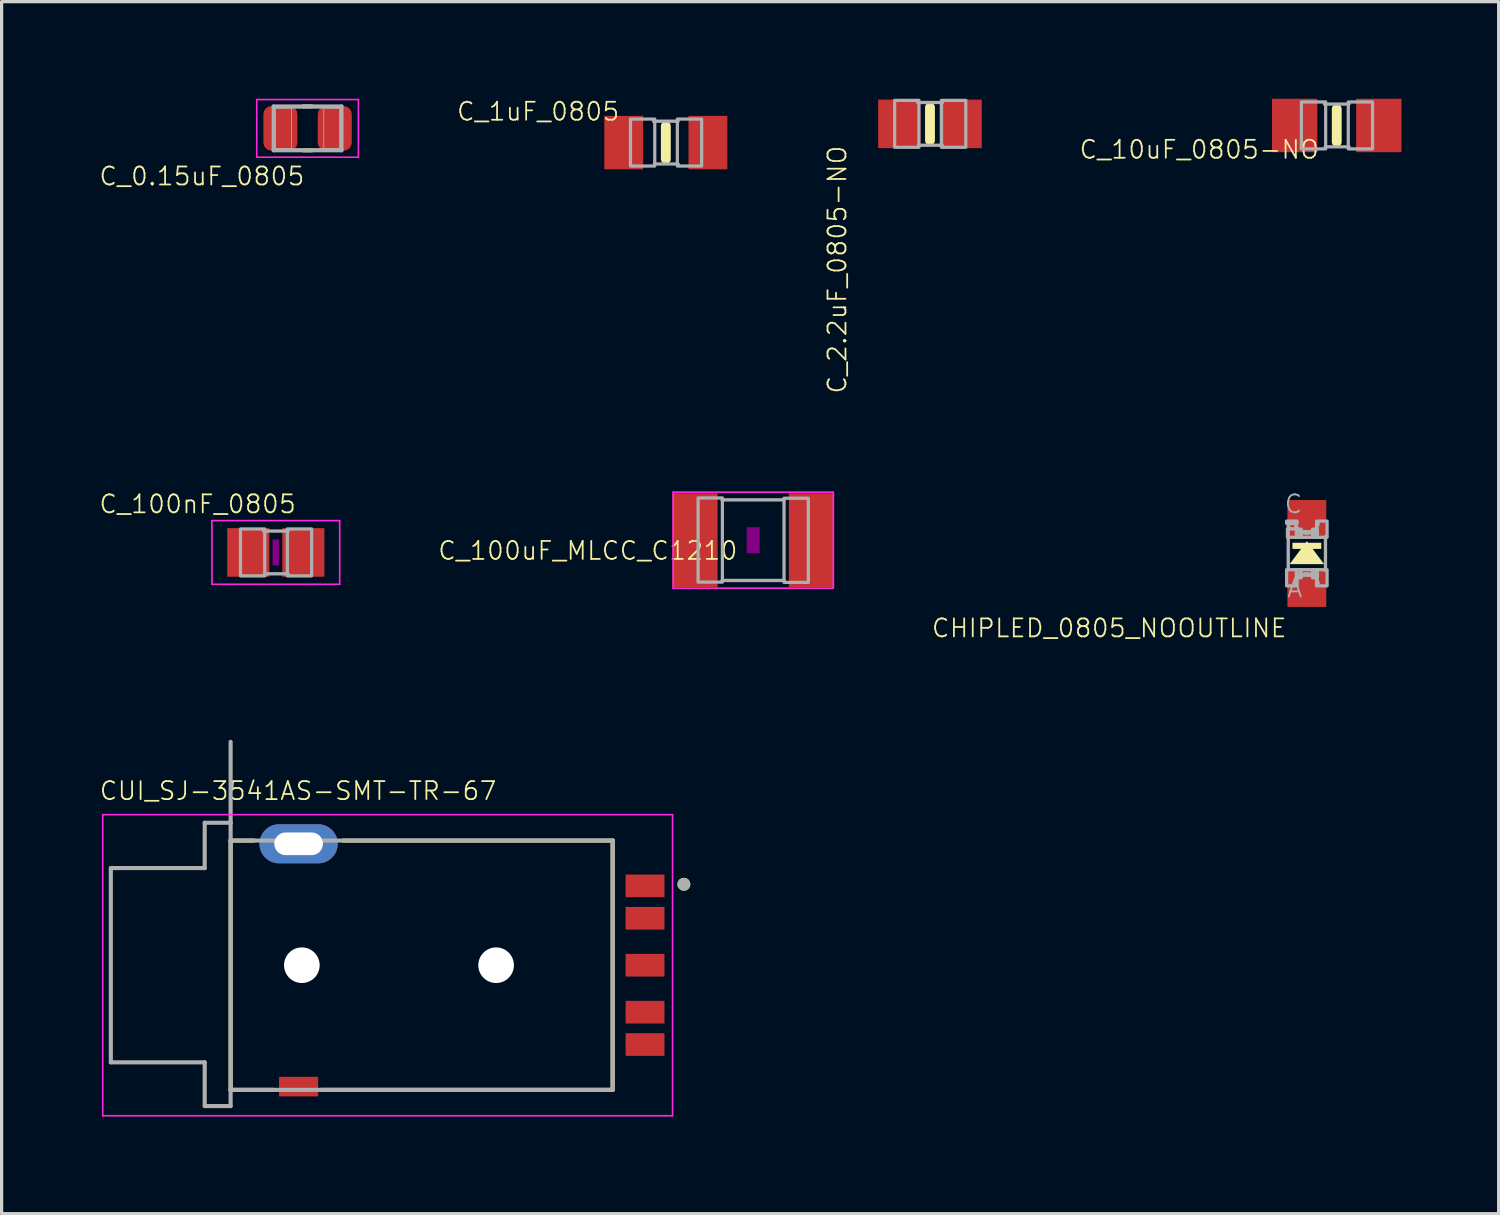
<source format=kicad_pcb>
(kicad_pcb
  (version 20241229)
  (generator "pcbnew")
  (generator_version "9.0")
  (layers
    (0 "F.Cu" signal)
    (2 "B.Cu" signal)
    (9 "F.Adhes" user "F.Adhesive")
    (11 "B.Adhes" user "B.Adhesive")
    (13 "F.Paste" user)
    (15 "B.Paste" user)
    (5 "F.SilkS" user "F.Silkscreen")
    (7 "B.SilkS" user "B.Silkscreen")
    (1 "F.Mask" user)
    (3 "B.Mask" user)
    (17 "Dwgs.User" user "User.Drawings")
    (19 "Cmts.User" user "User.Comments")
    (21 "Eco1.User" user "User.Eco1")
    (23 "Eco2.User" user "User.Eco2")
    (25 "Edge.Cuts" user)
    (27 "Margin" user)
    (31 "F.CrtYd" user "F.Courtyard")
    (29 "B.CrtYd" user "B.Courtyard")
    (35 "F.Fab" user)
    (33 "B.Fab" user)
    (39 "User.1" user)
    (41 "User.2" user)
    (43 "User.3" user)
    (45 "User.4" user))
  (footprint "C_1uF_0805"
    (layer "F.Cu")
    (at 17.515 1.354)
    (property "Reference" "C_1uF_0805" (at -1.397 -0.635 0) (layer "F.SilkS") (effects (font (size 0.555 0.555) (thickness 0.055)) (justify right bottom)))
    (fp_line (start 0 -0.508) (end 0 0.508) (stroke (width 0.305) (type solid)) (layer "F.SilkS"))
    (fp_line (start -0.381 -0.66) (end 0.381 -0.66) (stroke (width 0.102) (type solid)) (layer "F.Fab"))
    (fp_line (start -0.356 0.66) (end 0.381 0.66) (stroke (width 0.102) (type solid)) (layer "F.Fab"))
    (fp_poly (pts (xy -1.092 0.724) (xy -0.342 0.724) (xy -0.342 -0.726) (xy -1.092 -0.726)) (stroke (width 0.1) (type default)) (fill no) (layer "F.Fab"))
    (fp_poly (pts (xy 0.356 0.724) (xy 1.106 0.724) (xy 1.106 -0.726) (xy 0.356 -0.726)) (stroke (width 0.1) (type default)) (fill no) (layer "F.Fab"))
    (pad "1" smd rect (at -1.3 0 180) (size 1.2 1.65) (layers "F.Cu" "F.Mask" "F.Paste"))
    (pad "2" smd rect (at 1.3 0 180) (size 1.2 1.65) (layers "F.Cu" "F.Mask" "F.Paste")))
  (footprint "C_2.2uF_0805-NO"
    (layer "F.Cu")
    (at 25.674 0.776)
    (property "Reference" "C_2.2uF_0805-NO" (at -2.54 0.635 90) (layer "F.SilkS") (effects (font (size 0.555 0.555) (thickness 0.055)) (justify right bottom)))
    (fp_line (start 0 -0.508) (end 0 0.508) (stroke (width 0.305) (type solid)) (layer "F.SilkS"))
    (fp_line (start -0.381 -0.66) (end 0.381 -0.66) (stroke (width 0.102) (type solid)) (layer "F.Fab"))
    (fp_line (start -0.356 0.66) (end 0.381 0.66) (stroke (width 0.102) (type solid)) (layer "F.Fab"))
    (fp_poly (pts (xy -1.092 0.724) (xy -0.342 0.724) (xy -0.342 -0.726) (xy -1.092 -0.726)) (stroke (width 0.1) (type default)) (fill no) (layer "F.Fab"))
    (fp_poly (pts (xy 0.356 0.724) (xy 1.106 0.724) (xy 1.106 -0.726) (xy 0.356 -0.726)) (stroke (width 0.1) (type default)) (fill no) (layer "F.Fab"))
    (pad "1" smd rect (at -0.95 0 180) (size 1.3 1.5) (layers "F.Cu" "F.Mask" "F.Paste"))
    (pad "2" smd rect (at 0.95 0 180) (size 1.3 1.5) (layers "F.Cu" "F.Mask" "F.Paste")))
  (footprint "C_10uF_0805-NO"
    (layer "F.Cu")
    (at 38.237 0.825)
    (property "Reference" "C_10uF_0805-NO" (at -0.513 1.069 0) (layer "F.SilkS") (effects (font (size 0.555 0.555) (thickness 0.055)) (justify right bottom)))
    (fp_line (start 0 -0.508) (end 0 0.508) (stroke (width 0.305) (type solid)) (layer "F.SilkS"))
    (fp_line (start -0.381 -0.66) (end 0.381 -0.66) (stroke (width 0.102) (type solid)) (layer "F.Fab"))
    (fp_line (start -0.356 0.66) (end 0.381 0.66) (stroke (width 0.102) (type solid)) (layer "F.Fab"))
    (fp_poly (pts (xy -1.092 0.724) (xy -0.342 0.724) (xy -0.342 -0.726) (xy -1.092 -0.726)) (stroke (width 0.1) (type default)) (fill no) (layer "F.Fab"))
    (fp_poly (pts (xy 0.356 0.724) (xy 1.106 0.724) (xy 1.106 -0.726) (xy 0.356 -0.726)) (stroke (width 0.1) (type default)) (fill no) (layer "F.Fab"))
    (pad "1" smd rect (at -1.3 0 180) (size 1.4 1.65) (layers "F.Cu" "F.Mask" "F.Paste"))
    (pad "2" smd rect (at 1.3 0 180) (size 1.4 1.65) (layers "F.Cu" "F.Mask" "F.Paste")))
  (footprint "CUI_SJ-3541AS-SMT-TR-67"
    (layer "F.Cu")
    (at 4.073 26.762)
    (property "Reference" "CUI_SJ-3541AS-SMT-TR-67" (at 2.083 -5.385 0) (layer "F.SilkS") (effects (font (size 0.555 0.555) (thickness 0.055))))
    (attr smd)
    (fp_line (start 0 -3.85) (end 0 3.85) (stroke (width 0.127) (type solid)) (layer "F.SilkS"))
    (fp_line (start 0 -3.85) (end 0.72 -3.85) (stroke (width 0.127) (type solid)) (layer "F.SilkS"))
    (fp_line (start 0 3.85) (end 1.32 3.85) (stroke (width 0.127) (type solid)) (layer "F.SilkS"))
    (fp_line (start 3.48 -3.85) (end 11.8 -3.85) (stroke (width 0.127) (type solid)) (layer "F.SilkS"))
    (fp_line (start 11.8 -3.85) (end 11.8 3.85) (stroke (width 0.127) (type solid)) (layer "F.SilkS"))
    (fp_line (start 11.8 3.85) (end 2.8 3.85) (stroke (width 0.127) (type solid)) (layer "F.SilkS"))
    (fp_circle (center 14 -2.5) (end 14.1 -2.5) (stroke (width 0.2) (type solid)) (fill no) (layer "F.SilkS"))
    (fp_line (start -3.95 -4.65) (end 13.65 -4.65) (stroke (width 0.05) (type solid)) (layer "F.CrtYd"))
    (fp_line (start -3.95 4.65) (end -3.95 -4.65) (stroke (width 0.05) (type solid)) (layer "F.CrtYd"))
    (fp_line (start 13.65 -4.65) (end 13.65 4.65) (stroke (width 0.05) (type solid)) (layer "F.CrtYd"))
    (fp_line (start 13.65 4.65) (end -3.95 4.65) (stroke (width 0.05) (type solid)) (layer "F.CrtYd"))
    (fp_line (start -3.7 -3) (end -0.8 -3) (stroke (width 0.127) (type solid)) (layer "F.Fab"))
    (fp_line (start -3.7 3) (end -3.7 -3) (stroke (width 0.127) (type solid)) (layer "F.Fab"))
    (fp_line (start -0.8 -4.4) (end 0 -4.4) (stroke (width 0.127) (type solid)) (layer "F.Fab"))
    (fp_line (start -0.8 -3) (end -0.8 -4.4) (stroke (width 0.127) (type solid)) (layer "F.Fab"))
    (fp_line (start -0.8 3) (end -3.7 3) (stroke (width 0.127) (type solid)) (layer "F.Fab"))
    (fp_line (start -0.8 4.35) (end -0.8 3) (stroke (width 0.127) (type solid)) (layer "F.Fab"))
    (fp_line (start 0 -4.4) (end 0 -6.9) (stroke (width 0.127) (type solid)) (layer "F.Fab"))
    (fp_line (start 0 -4.4) (end 0 -3.85) (stroke (width 0.127) (type solid)) (layer "F.Fab"))
    (fp_line (start 0 -3.85) (end 11.8 -3.85) (stroke (width 0.127) (type solid)) (layer "F.Fab"))
    (fp_line (start 0 3.85) (end 0 -3.85) (stroke (width 0.127) (type solid)) (layer "F.Fab"))
    (fp_line (start 0 4.35) (end -0.8 4.35) (stroke (width 0.127) (type solid)) (layer "F.Fab"))
    (fp_line (start 0 4.35) (end 0 3.85) (stroke (width 0.127) (type solid)) (layer "F.Fab"))
    (fp_line (start 11.8 -3.85) (end 11.8 3.85) (stroke (width 0.127) (type solid)) (layer "F.Fab"))
    (fp_line (start 11.8 3.85) (end 0 3.85) (stroke (width 0.127) (type solid)) (layer "F.Fab"))
    (fp_circle (center 14 -2.5) (end 14.1 -2.5) (stroke (width 0.2) (type solid)) (fill no) (layer "F.Fab"))
    (pad "" np_thru_hole circle (at 2.2 0 180) (size 1.1 1.1) (drill 1.1) (layers "*.Cu" "*.Mask"))
    (pad "" np_thru_hole circle (at 8.2 0 180) (size 1.1 1.1) (drill 1.1) (layers "*.Cu" "*.Mask"))
    (pad "1" smd rect (at 12.8 -2.45 180) (size 1.2 0.7) (layers "F.Cu" "F.Mask" "F.Paste"))
    (pad "2" smd rect (at 12.8 1.45 180) (size 1.2 0.7) (layers "F.Cu" "F.Mask" "F.Paste"))
    (pad "3" smd rect (at 12.8 0 180) (size 1.2 0.7) (layers "F.Cu" "F.Mask" "F.Paste"))
    (pad "4" smd rect (at 12.8 2.45 180) (size 1.2 0.7) (layers "F.Cu" "F.Mask" "F.Paste"))
    (pad "5" smd rect (at 12.8 -1.45 180) (size 1.2 0.7) (layers "F.Cu" "F.Mask" "F.Paste"))
    (pad "S1" thru_hole oval (at 2.1 -3.75 180) (size 2.416 1.208) (drill oval 1.5 0.7) (layers "*.Cu" "*.Mask"))
    (pad "S2" smd rect (at 2.1 3.75 180) (size 1.208 0.604) (layers "F.Cu" "F.Mask" "F.Paste")))
  (footprint "CHIPLED_0805_NOOUTLINE"
    (layer "F.Cu")
    (at 37.314 14.045)
    (property "Reference" "CHIPLED_0805_NOOUTLINE" (at -0.584 2.631 0) (layer "F.SilkS") (effects (font (size 0.555 0.555) (thickness 0.055)) (justify right bottom)))
    (fp_poly (pts (xy 0.533 0.33) (xy -0.533 0.33) (xy 0 -0.381)) (stroke (width 0) (type default)) (fill yes) (layer "F.SilkS"))
    (fp_poly (pts (xy -0.445 -0.141) (xy 0.445 -0.141) (xy 0.445 -0.331) (xy -0.445 -0.331)) (stroke (width 0) (type default)) (fill yes) (layer "F.SilkS"))
    (fp_line (start -0.575 0.5) (end -0.575 -0.925) (stroke (width 0.102) (type solid)) (layer "F.Fab"))
    (fp_line (start 0.575 -0.525) (end 0.575 0.525) (stroke (width 0.102) (type solid)) (layer "F.Fab"))
    (fp_arc (start -0.35 0.925) (mid -0.000001 0.625027) (end 0.35 0.924998) (stroke (width 0.1016) (type solid)) (layer "F.Fab"))
    (fp_arc (start 0.35 -0.924998) (mid -0.000001 -0.625027) (end -0.35 -0.925) (stroke (width 0.1016) (type solid)) (layer "F.Fab"))
    (fp_circle (center -0.45 -0.85) (end -0.347 -0.85) (stroke (width 0.076) (type solid)) (fill no) (layer "F.Fab"))
    (fp_poly (pts (xy -0.625 -0.925) (xy -0.3 -0.925) (xy -0.3 -1) (xy -0.625 -1)) (stroke (width 0.1) (type default)) (fill no) (layer "F.Fab"))
    (fp_poly (pts (xy -0.625 1) (xy -0.3 1) (xy -0.3 0.5) (xy -0.625 0.5)) (stroke (width 0.1) (type default)) (fill no) (layer "F.Fab"))
    (fp_poly (pts (xy -0.6 -0.5) (xy -0.3 -0.5) (xy -0.3 -0.762) (xy -0.6 -0.762)) (stroke (width 0.1) (type default)) (fill no) (layer "F.Fab"))
    (fp_poly (pts (xy -0.325 -0.5) (xy -0.175 -0.5) (xy -0.175 -0.75) (xy -0.325 -0.75)) (stroke (width 0.1) (type default)) (fill no) (layer "F.Fab"))
    (fp_poly (pts (xy -0.325 0.75) (xy -0.175 0.75) (xy -0.175 0.5) (xy -0.325 0.5)) (stroke (width 0.1) (type default)) (fill no) (layer "F.Fab"))
    (fp_poly (pts (xy -0.2 -0.5) (xy 0.2 -0.5) (xy 0.2 -0.675) (xy -0.2 -0.675)) (stroke (width 0.1) (type default)) (fill no) (layer "F.Fab"))
    (fp_poly (pts (xy -0.2 0.675) (xy 0.2 0.675) (xy 0.2 0.5) (xy -0.2 0.5)) (stroke (width 0.1) (type default)) (fill no) (layer "F.Fab"))
    (fp_poly (pts (xy 0.175 -0.5) (xy 0.325 -0.5) (xy 0.325 -0.75) (xy 0.175 -0.75)) (stroke (width 0.1) (type default)) (fill no) (layer "F.Fab"))
    (fp_poly (pts (xy 0.175 0.75) (xy 0.325 0.75) (xy 0.325 0.5) (xy 0.175 0.5)) (stroke (width 0.1) (type default)) (fill no) (layer "F.Fab"))
    (fp_poly (pts (xy 0.3 -0.5) (xy 0.625 -0.5) (xy 0.625 -1) (xy 0.3 -1)) (stroke (width 0.1) (type default)) (fill no) (layer "F.Fab"))
    (fp_poly (pts (xy 0.3 1) (xy 0.625 1) (xy 0.625 0.5) (xy 0.3 0.5)) (stroke (width 0.1) (type default)) (fill no) (layer "F.Fab"))
    (fp_text user "A" (at -0.1 1.4 0) (layer "F.Fab") (effects (font (size 0.555 0.555) (thickness 0.055)) (justify right bottom)))
    (fp_text user "C" (at -0.1 -1.2 0) (layer "F.Fab") (effects (font (size 0.555 0.555) (thickness 0.055)) (justify right bottom)))
    (pad "A" smd rect (at 0 1.05 180) (size 1.2 1.2) (layers "F.Cu" "F.Mask" "F.Paste"))
    (pad "C" smd rect (at 0 -1.05 180) (size 1.2 1.2) (layers "F.Cu" "F.Mask" "F.Paste")))
  (footprint "C_100uF_MLCC_C1210"
    (layer "F.Cu")
    (at 20.214 13.634)
    (property "Reference" "C_100uF_MLCC_C1210" (at -0.447 0 0) (layer "F.SilkS") (effects (font (size 0.555 0.555) (thickness 0.055)) (justify right top)))
    (fp_poly (pts (xy -0.2 0.4) (xy 0.2 0.4) (xy 0.2 -0.4) (xy -0.2 -0.4)) (stroke (width 0) (type default)) (fill yes) (layer "F.Adhes"))
    (fp_line (start -2.473 -1.483) (end 2.473 -1.483) (stroke (width 0.051) (type solid)) (layer "F.CrtYd"))
    (fp_line (start -2.473 1.483) (end -2.473 -1.483) (stroke (width 0.051) (type solid)) (layer "F.CrtYd"))
    (fp_line (start 2.473 -1.483) (end 2.473 1.483) (stroke (width 0.051) (type solid)) (layer "F.CrtYd"))
    (fp_line (start 2.473 1.483) (end -2.473 1.483) (stroke (width 0.051) (type solid)) (layer "F.CrtYd"))
    (fp_line (start -0.965 -1.245) (end 0.965 -1.245) (stroke (width 0.102) (type solid)) (layer "F.Fab"))
    (fp_line (start -0.965 1.245) (end 0.965 1.245) (stroke (width 0.102) (type solid)) (layer "F.Fab"))
    (fp_poly (pts (xy -1.702 1.295) (xy -0.952 1.295) (xy -0.952 -1.304) (xy -1.702 -1.304)) (stroke (width 0.1) (type default)) (fill no) (layer "F.Fab"))
    (fp_poly (pts (xy 0.952 1.304) (xy 1.702 1.304) (xy 1.702 -1.295) (xy 0.952 -1.295)) (stroke (width 0.1) (type default)) (fill no) (layer "F.Fab"))
    (pad "1" smd rect (at -1.8 0 180) (size 1.4 2.9) (layers "F.Cu" "F.Mask" "F.Paste"))
    (pad "2" smd rect (at 1.8 0 180) (size 1.4 2.9) (layers "F.Cu" "F.Mask" "F.Paste")))
  (footprint "C_100nF_0805"
    (layer "F.Cu")
    (at 5.469 14.013)
    (property "Reference" "C_100nF_0805" (at 0.66 -1.168 0) (layer "F.SilkS") (effects (font (size 0.555 0.555) (thickness 0.055)) (justify right bottom)))
    (fp_poly (pts (xy -0.1 0.4) (xy 0.1 0.4) (xy 0.1 -0.4) (xy -0.1 -0.4)) (stroke (width 0) (type default)) (fill yes) (layer "F.Adhes"))
    (fp_line (start -1.973 -0.983) (end 1.973 -0.983) (stroke (width 0.051) (type solid)) (layer "F.CrtYd"))
    (fp_line (start -1.973 0.983) (end -1.973 -0.983) (stroke (width 0.051) (type solid)) (layer "F.CrtYd"))
    (fp_line (start 1.973 -0.983) (end 1.973 0.983) (stroke (width 0.051) (type solid)) (layer "F.CrtYd"))
    (fp_line (start 1.973 0.983) (end -1.973 0.983) (stroke (width 0.051) (type solid)) (layer "F.CrtYd"))
    (fp_line (start -0.381 -0.66) (end 0.381 -0.66) (stroke (width 0.102) (type solid)) (layer "F.Fab"))
    (fp_line (start -0.356 0.66) (end 0.381 0.66) (stroke (width 0.102) (type solid)) (layer "F.Fab"))
    (fp_poly (pts (xy -1.092 0.724) (xy -0.342 0.724) (xy -0.342 -0.726) (xy -1.092 -0.726)) (stroke (width 0.1) (type default)) (fill no) (layer "F.Fab"))
    (fp_poly (pts (xy 0.356 0.724) (xy 1.106 0.724) (xy 1.106 -0.726) (xy 0.356 -0.726)) (stroke (width 0.1) (type default)) (fill no) (layer "F.Fab"))
    (pad "1" smd rect (at -0.85 0) (size 1.3 1.5) (layers "F.Cu" "F.Mask" "F.Paste"))
    (pad "2" smd rect (at 0.85 0) (size 1.3 1.5) (layers "F.Cu" "F.Mask" "F.Paste")))
  (footprint "C_0.15uF_0805"
    (layer "F.Cu")
    (at 6.45 0.915)
    (property "Reference" "C_0.15uF_0805" (at -0.057 1.154 0) (layer "F.SilkS") (effects (font (size 0.555 0.555) (thickness 0.055)) (justify right top)))
    (fp_poly (pts (xy -0.525 -0.692) (xy -0.486 -0.683) (xy -0.449 -0.667) (xy -0.415 -0.646) (xy -0.385 -0.62) (xy -0.359 -0.59) (xy -0.338 -0.556) (xy -0.322 -0.519) (xy -0.313 -0.48) (xy -0.31 0.44) (xy -0.313 0.48) (xy -0.322 0.519) (xy -0.338 0.556) (xy -0.359 0.59) (xy -0.385 0.62) (xy -0.415 0.646) (xy -0.449 0.667) (xy -0.486 0.683) (xy -0.525 0.692) (xy -0.565 0.695) (xy -1.115 0.695) (xy -1.155 0.692) (xy -1.194 0.683) (xy -1.231 0.667) (xy -1.265 0.646) (xy -1.295 0.62) (xy -1.321 0.59) (xy -1.342 0.556) (xy -1.358 0.519) (xy -1.367 0.48) (xy -1.37 -0.44) (xy -1.367 -0.48) (xy -1.358 -0.519) (xy -1.342 -0.556) (xy -1.321 -0.59) (xy -1.295 -0.62) (xy -1.265 -0.646) (xy -1.231 -0.667) (xy -1.194 -0.683) (xy -1.155 -0.692) (xy -1.115 -0.695) (xy -0.565 -0.695)) (stroke (width 0) (type default)) (fill yes) (layer "F.Mask"))
    (fp_poly (pts (xy 1.155 -0.692) (xy 1.194 -0.683) (xy 1.231 -0.667) (xy 1.265 -0.646) (xy 1.295 -0.62) (xy 1.321 -0.59) (xy 1.342 -0.556) (xy 1.358 -0.519) (xy 1.367 -0.48) (xy 1.37 0.44) (xy 1.367 0.48) (xy 1.358 0.519) (xy 1.342 0.556) (xy 1.321 0.59) (xy 1.295 0.62) (xy 1.265 0.646) (xy 1.231 0.667) (xy 1.194 0.683) (xy 1.155 0.692) (xy 1.115 0.695) (xy 0.565 0.695) (xy 0.525 0.692) (xy 0.486 0.683) (xy 0.449 0.667) (xy 0.415 0.646) (xy 0.385 0.62) (xy 0.359 0.59) (xy 0.338 0.556) (xy 0.322 0.519) (xy 0.313 0.48) (xy 0.31 -0.44) (xy 0.313 -0.48) (xy 0.322 -0.519) (xy 0.338 -0.556) (xy 0.359 -0.59) (xy 0.385 -0.62) (xy 0.415 -0.646) (xy 0.449 -0.667) (xy 0.486 -0.683) (xy 0.525 -0.692) (xy 0.565 -0.695) (xy 1.115 -0.695)) (stroke (width 0) (type default)) (fill yes) (layer "F.Mask"))
    (fp_line (start -0.135 -0.68) (end 0.135 -0.68) (stroke (width 0.12) (type solid)) (layer "F.SilkS"))
    (fp_line (start -0.135 0.68) (end 0.135 0.68) (stroke (width 0.12) (type solid)) (layer "F.SilkS"))
    (fp_poly (pts (xy -0.525 -0.692) (xy -0.486 -0.683) (xy -0.449 -0.667) (xy -0.415 -0.646) (xy -0.385 -0.62) (xy -0.359 -0.59) (xy -0.338 -0.556) (xy -0.322 -0.519) (xy -0.313 -0.48) (xy -0.31 0.44) (xy -0.313 0.48) (xy -0.322 0.519) (xy -0.338 0.556) (xy -0.359 0.59) (xy -0.385 0.62) (xy -0.415 0.646) (xy -0.449 0.667) (xy -0.486 0.683) (xy -0.525 0.692) (xy -0.565 0.695) (xy -1.115 0.695) (xy -1.155 0.692) (xy -1.194 0.683) (xy -1.231 0.667) (xy -1.265 0.646) (xy -1.295 0.62) (xy -1.321 0.59) (xy -1.342 0.556) (xy -1.358 0.519) (xy -1.367 0.48) (xy -1.37 -0.44) (xy -1.367 -0.48) (xy -1.358 -0.519) (xy -1.342 -0.556) (xy -1.321 -0.59) (xy -1.295 -0.62) (xy -1.265 -0.646) (xy -1.231 -0.667) (xy -1.194 -0.683) (xy -1.155 -0.692) (xy -1.115 -0.695) (xy -0.565 -0.695)) (stroke (width 0) (type default)) (fill yes) (layer "F.Paste"))
    (fp_poly (pts (xy 1.155 -0.692) (xy 1.194 -0.683) (xy 1.231 -0.667) (xy 1.265 -0.646) (xy 1.295 -0.62) (xy 1.321 -0.59) (xy 1.342 -0.556) (xy 1.358 -0.519) (xy 1.367 -0.48) (xy 1.37 0.44) (xy 1.367 0.48) (xy 1.358 0.519) (xy 1.342 0.556) (xy 1.321 0.59) (xy 1.295 0.62) (xy 1.265 0.646) (xy 1.231 0.667) (xy 1.194 0.683) (xy 1.155 0.692) (xy 1.115 0.695) (xy 0.565 0.695) (xy 0.525 0.692) (xy 0.486 0.683) (xy 0.449 0.667) (xy 0.415 0.646) (xy 0.385 0.62) (xy 0.359 0.59) (xy 0.338 0.556) (xy 0.322 0.519) (xy 0.313 0.48) (xy 0.31 -0.44) (xy 0.313 -0.48) (xy 0.322 -0.519) (xy 0.338 -0.556) (xy 0.359 -0.59) (xy 0.385 -0.62) (xy 0.415 -0.646) (xy 0.449 -0.667) (xy 0.486 -0.683) (xy 0.525 -0.692) (xy 0.565 -0.695) (xy 1.115 -0.695)) (stroke (width 0) (type default)) (fill yes) (layer "F.Paste"))
    (fp_line (start -1.57 -0.89) (end 1.57 -0.89) (stroke (width 0.05) (type solid)) (layer "F.CrtYd"))
    (fp_line (start -1.57 0.89) (end -1.57 -0.89) (stroke (width 0.05) (type solid)) (layer "F.CrtYd"))
    (fp_line (start 1.57 -0.89) (end 1.57 0.89) (stroke (width 0.05) (type solid)) (layer "F.CrtYd"))
    (fp_line (start 1.57 0.89) (end -1.57 0.89) (stroke (width 0.05) (type solid)) (layer "F.CrtYd"))
    (fp_line (start -1.05 -0.68) (end 1.05 -0.68) (stroke (width 0.12) (type solid)) (layer "F.Fab"))
    (fp_line (start -1.05 0.68) (end -1.05 -0.68) (stroke (width 0.12) (type solid)) (layer "F.Fab"))
    (fp_line (start -1 -0.625) (end -0.5 -0.625) (stroke (width 0.025) (type solid)) (layer "F.Fab"))
    (fp_line (start -1 -0.625) (end 1 -0.625) (stroke (width 0.025) (type solid)) (layer "F.Fab"))
    (fp_line (start -1 0.625) (end -1 -0.625) (stroke (width 0.025) (type solid)) (layer "F.Fab"))
    (fp_line (start -1 0.625) (end -1 -0.625) (stroke (width 0.025) (type solid)) (layer "F.Fab"))
    (fp_line (start -0.5 -0.625) (end -0.5 0.625) (stroke (width 0.025) (type solid)) (layer "F.Fab"))
    (fp_line (start -0.5 0.625) (end -1 0.625) (stroke (width 0.025) (type solid)) (layer "F.Fab"))
    (fp_line (start 0.5 -0.625) (end 1 -0.625) (stroke (width 0.025) (type solid)) (layer "F.Fab"))
    (fp_line (start 0.5 0.625) (end 0.5 -0.625) (stroke (width 0.025) (type solid)) (layer "F.Fab"))
    (fp_line (start 1 -0.625) (end 1 0.625) (stroke (width 0.025) (type solid)) (layer "F.Fab"))
    (fp_line (start 1 -0.625) (end 1 0.625) (stroke (width 0.025) (type solid)) (layer "F.Fab"))
    (fp_line (start 1 0.625) (end -1 0.625) (stroke (width 0.025) (type solid)) (layer "F.Fab"))
    (fp_line (start 1 0.625) (end 0.5 0.625) (stroke (width 0.025) (type solid)) (layer "F.Fab"))
    (fp_line (start 1.05 -0.68) (end 1.05 0.68) (stroke (width 0.12) (type solid)) (layer "F.Fab"))
    (fp_line (start 1.05 0.68) (end -1.05 0.68) (stroke (width 0.12) (type solid)) (layer "F.Fab"))
    (pad "1" smd roundrect (at -0.84 0 180) (size 1.05 1.38) (layers "F.Cu" "F.Mask" "F.Paste") (roundrect_rratio 0.24))
    (pad "2" smd roundrect (at 0.84 0) (size 1.05 1.38) (layers "F.Cu" "F.Mask" "F.Paste") (roundrect_rratio 0.24)))
  (gr_rect
    (start -3 -3)
    (end 43.237 34.437)
    (stroke (width 0.1) (type default))
    (fill no)
    (layer "Edge.Cuts")))
</source>
